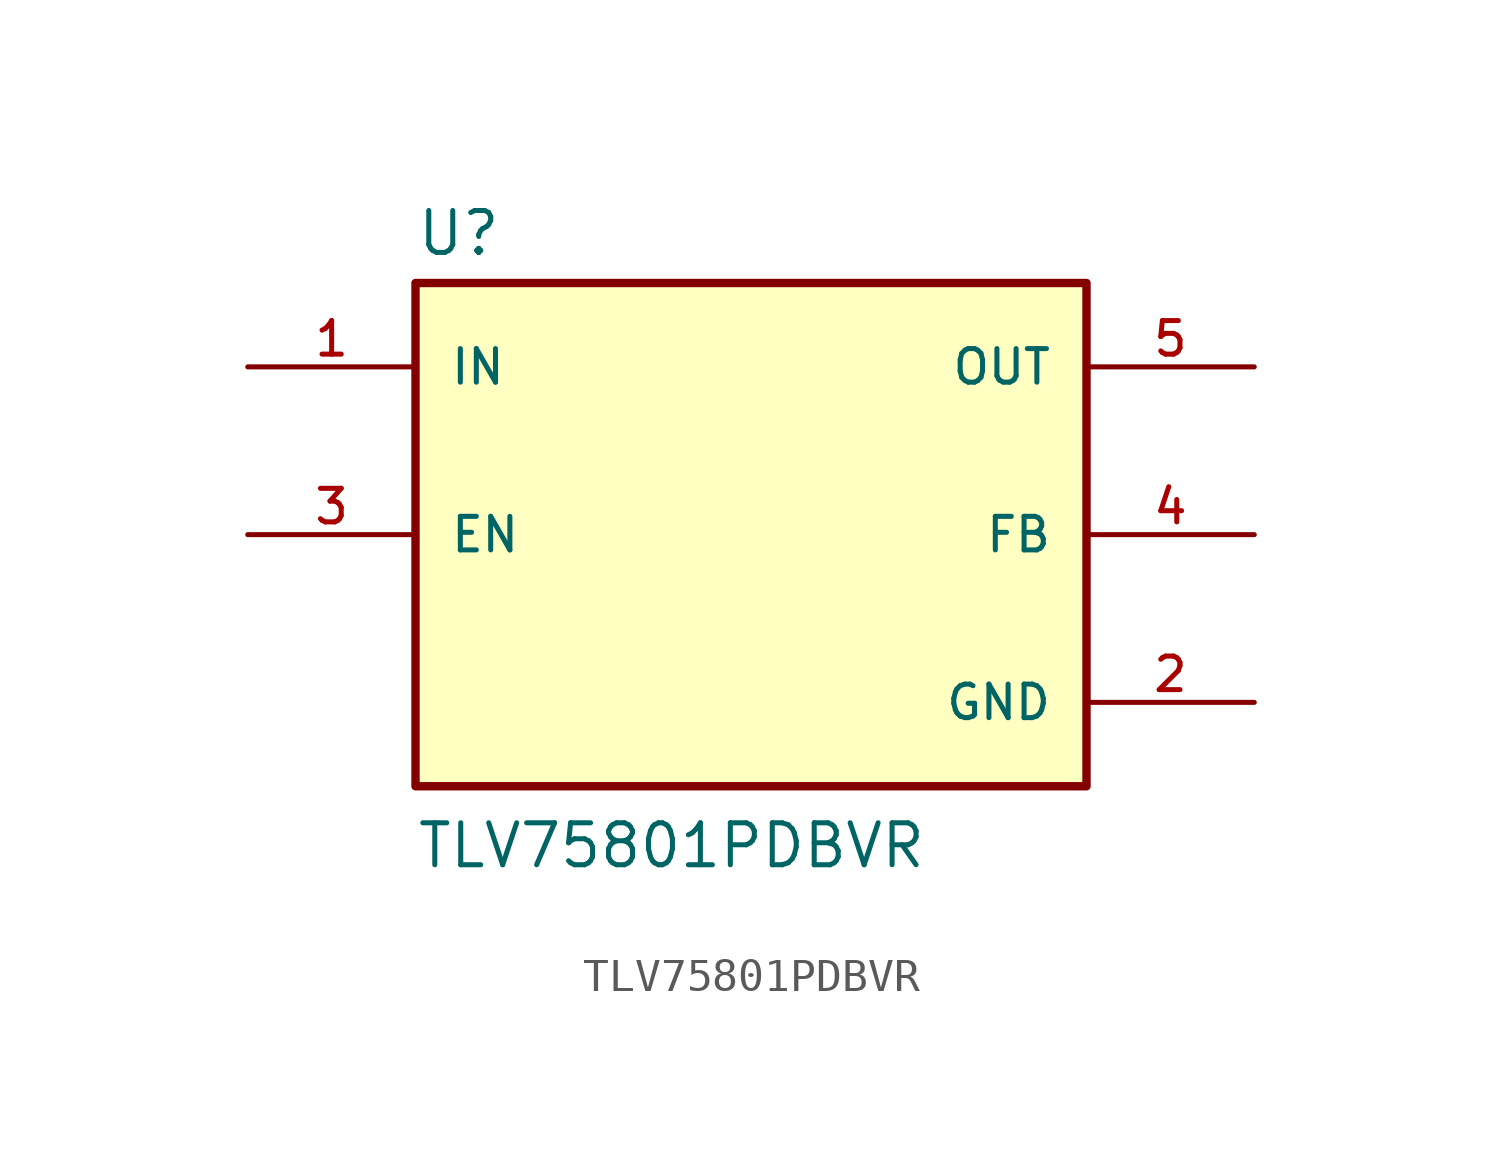
<source format=kicad_sym>
(kicad_symbol_lib
  (version 20211014)
  (generator kicad_symbol_editor)
  (symbol "TLV75801PDBVR"
    (pin_names
      (offset 1.016))
    (property "Reference" "U"
      (at -10.16 8.382 0)
      (effects (font (size 1.27 1.27)) (justify bottom left)))
    (property "Value" "TLV75801PDBVR"
      (at -10.16 -10.16 0)
      (effects (font (size 1.27 1.27)) (justify bottom left)))
    (symbol "TLV75801PDBVR_0_0"
      (rectangle (start -10.16 -7.62) (end 10.16 7.62) (stroke (width 0.254)) (fill (type background)))
      (pin output line (at 15.24 5.08 180.0) (length 5.08) (name "OUT" (effects (font (size 1.016 1.016)))) (number "5" (effects (font (size 1.016 1.016)))))
      (pin power_in line (at 15.24 -5.08 180.0) (length 5.08) (name "GND" (effects (font (size 1.016 1.016)))) (number "2" (effects (font (size 1.016 1.016)))))
      (pin input line (at 15.24 0.0 180.0) (length 5.08) (name "FB" (effects (font (size 1.016 1.016)))) (number "4" (effects (font (size 1.016 1.016)))))
      (pin input line (at -15.24 5.08 0) (length 5.08) (name "IN" (effects (font (size 1.016 1.016)))) (number "1" (effects (font (size 1.016 1.016)))))
      (pin input line (at -15.24 0.0 0) (length 5.08) (name "EN" (effects (font (size 1.016 1.016)))) (number "3" (effects (font (size 1.016 1.016))))))))
</source>
